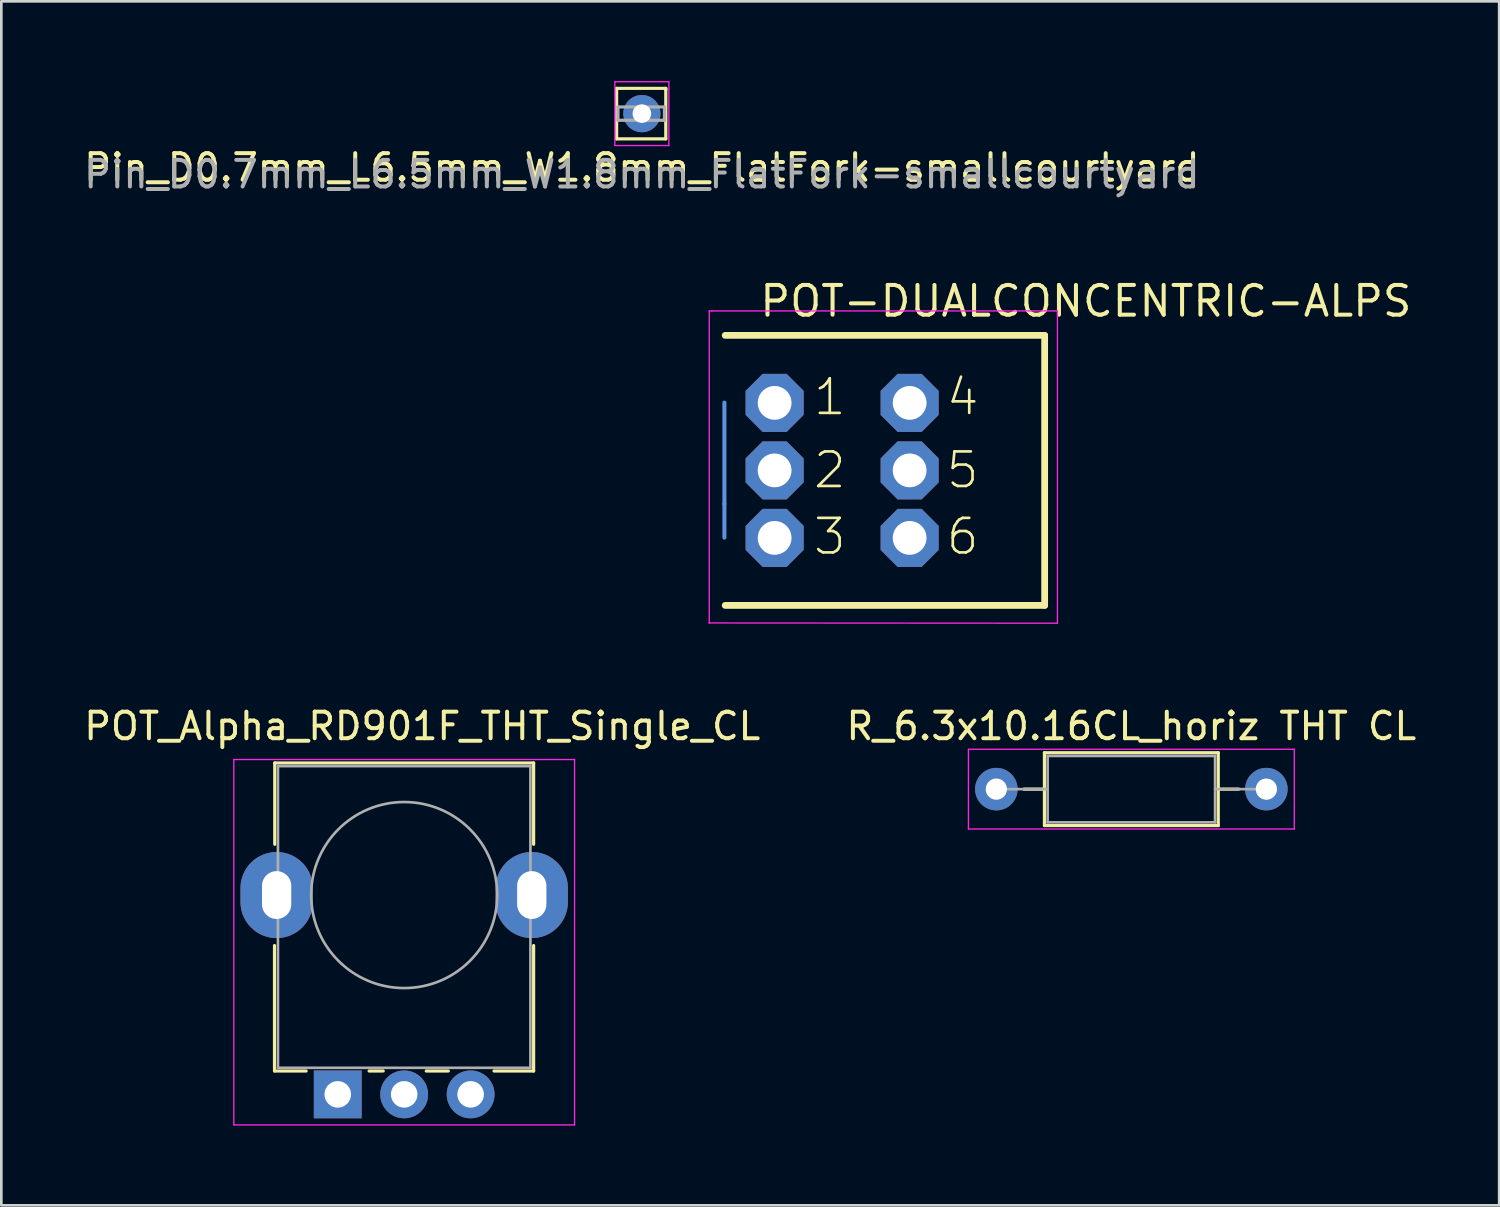
<source format=kicad_pcb>
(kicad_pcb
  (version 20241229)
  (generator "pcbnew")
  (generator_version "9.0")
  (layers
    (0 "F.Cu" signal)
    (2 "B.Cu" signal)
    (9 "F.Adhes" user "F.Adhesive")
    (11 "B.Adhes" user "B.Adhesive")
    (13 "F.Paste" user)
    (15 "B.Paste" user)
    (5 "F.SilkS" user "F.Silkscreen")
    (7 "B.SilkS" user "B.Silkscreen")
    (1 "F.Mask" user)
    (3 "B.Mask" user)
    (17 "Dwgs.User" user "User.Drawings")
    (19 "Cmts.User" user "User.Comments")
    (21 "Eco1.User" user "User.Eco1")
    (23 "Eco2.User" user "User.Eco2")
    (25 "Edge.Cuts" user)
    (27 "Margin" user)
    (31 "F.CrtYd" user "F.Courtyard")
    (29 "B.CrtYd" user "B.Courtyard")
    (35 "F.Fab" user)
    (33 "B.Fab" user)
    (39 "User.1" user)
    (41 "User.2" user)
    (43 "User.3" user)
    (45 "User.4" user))
  (footprint "R_6.3x10.16CL_horiz THT CL"
    (layer "F.Cu")
    (at 34.438 26.642)
    (property "Reference" "R_6.3x10.16CL_horiz THT CL" (at 5.08 -2.37 0) (layer "F.SilkS") (effects (font (size 1 1) (thickness 0.15))))
    (attr through_hole)
    (fp_line (start 1.04 0) (end 1.81 0) (stroke (width 0.12) (type solid)) (layer "F.SilkS"))
    (fp_line (start 1.81 -1.37) (end 1.81 1.37) (stroke (width 0.12) (type solid)) (layer "F.SilkS"))
    (fp_line (start 1.81 1.37) (end 8.35 1.37) (stroke (width 0.12) (type solid)) (layer "F.SilkS"))
    (fp_line (start 8.35 -1.37) (end 1.81 -1.37) (stroke (width 0.12) (type solid)) (layer "F.SilkS"))
    (fp_line (start 8.35 1.37) (end 8.35 -1.37) (stroke (width 0.12) (type solid)) (layer "F.SilkS"))
    (fp_line (start 9.12 0) (end 8.35 0) (stroke (width 0.12) (type solid)) (layer "F.SilkS"))
    (fp_line (start -1.05 -1.5) (end -1.05 1.5) (stroke (width 0.05) (type solid)) (layer "F.CrtYd"))
    (fp_line (start -1.05 1.5) (end 11.21 1.5) (stroke (width 0.05) (type solid)) (layer "F.CrtYd"))
    (fp_line (start 11.21 -1.5) (end -1.05 -1.5) (stroke (width 0.05) (type solid)) (layer "F.CrtYd"))
    (fp_line (start 11.21 1.5) (end 11.21 -1.5) (stroke (width 0.05) (type solid)) (layer "F.CrtYd"))
    (fp_line (start 0 0) (end 1.93 0) (stroke (width 0.1) (type solid)) (layer "F.Fab"))
    (fp_line (start 1.93 -1.25) (end 1.93 1.25) (stroke (width 0.1) (type solid)) (layer "F.Fab"))
    (fp_line (start 1.93 1.25) (end 8.23 1.25) (stroke (width 0.1) (type solid)) (layer "F.Fab"))
    (fp_line (start 8.23 -1.25) (end 1.93 -1.25) (stroke (width 0.1) (type solid)) (layer "F.Fab"))
    (fp_line (start 8.23 1.25) (end 8.23 -1.25) (stroke (width 0.1) (type solid)) (layer "F.Fab"))
    (fp_line (start 10.16 0) (end 8.23 0) (stroke (width 0.1) (type solid)) (layer "F.Fab"))
    (pad "1" thru_hole circle (at 0 0) (size 1.6 1.6) (drill 0.8) (layers "*.Cu" "*.Mask"))
    (pad "2" thru_hole oval (at 10.16 0) (size 1.6 1.6) (drill 0.8) (layers "*.Cu" "*.Mask")))
  (footprint "POT_Alpha_RD901F_THT_Single_CL"
    (layer "F.Cu")
    (at 12.158 30.627)
    (property "Reference" "POT_Alpha_RD901F_THT_Single_CL" (at 0.681 -6.355 0) (layer "F.SilkS") (effects (font (size 1 1) (thickness 0.15))))
    (attr through_hole)
    (fp_line (start -4.88 6.62) (end -4.88 1.9) (stroke (width 0.12) (type solid)) (layer "F.SilkS"))
    (fp_line (start -4.87 -1.91) (end -4.87 -4.97) (stroke (width 0.12) (type solid)) (layer "F.SilkS"))
    (fp_line (start -3.69 6.62) (end -4.87 6.62) (stroke (width 0.12) (type solid)) (layer "F.SilkS"))
    (fp_line (start -0.79 6.62) (end -1.32 6.62) (stroke (width 0.12) (type solid)) (layer "F.SilkS"))
    (fp_line (start 1.66 6.62) (end 0.83 6.62) (stroke (width 0.12) (type solid)) (layer "F.SilkS"))
    (fp_line (start 4.87 -4.97) (end -4.87 -4.97) (stroke (width 0.12) (type solid)) (layer "F.SilkS"))
    (fp_line (start 4.87 -1.91) (end 4.87 -4.97) (stroke (width 0.12) (type solid)) (layer "F.SilkS"))
    (fp_line (start 4.87 6.62) (end 3.38 6.62) (stroke (width 0.12) (type solid)) (layer "F.SilkS"))
    (fp_line (start 4.87 6.62) (end 4.87 1.9) (stroke (width 0.12) (type solid)) (layer "F.SilkS"))
    (fp_line (start -6.41 -5.1) (end -6.41 8.65) (stroke (width 0.05) (type solid)) (layer "F.CrtYd"))
    (fp_line (start -6.41 8.65) (end 6.41 8.65) (stroke (width 0.05) (type solid)) (layer "F.CrtYd"))
    (fp_line (start 6.41 -5.1) (end -6.41 -5.1) (stroke (width 0.05) (type solid)) (layer "F.CrtYd"))
    (fp_line (start 6.41 8.65) (end 6.41 -5.1) (stroke (width 0.05) (type solid)) (layer "F.CrtYd"))
    (fp_line (start -4.75 6.5) (end -4.75 -4.85) (stroke (width 0.1) (type solid)) (layer "F.Fab"))
    (fp_line (start 4.75 -4.85) (end -4.75 -4.85) (stroke (width 0.1) (type solid)) (layer "F.Fab"))
    (fp_line (start 4.75 6.5) (end -4.75 6.5) (stroke (width 0.1) (type solid)) (layer "F.Fab"))
    (fp_line (start 4.75 6.5) (end 4.75 -4.85) (stroke (width 0.1) (type solid)) (layer "F.Fab"))
    (fp_circle (center 0 0) (end -3.5 0) (stroke (width 0.1) (type solid)) (fill no) (layer "F.Fab"))
    (pad "" thru_hole oval (at -4.8 0 180) (size 2.72 3.24) (drill oval 1.1 1.8) (layers "*.Cu" "*.Mask"))
    (pad "" thru_hole oval (at 4.8 0 180) (size 2.72 3.24) (drill oval 1.1 1.8) (layers "*.Cu" "*.Mask"))
    (pad "1" thru_hole rect (at -2.5 7.5 180) (size 1.8 1.8) (drill 1) (layers "*.Cu" "*.Mask"))
    (pad "2" thru_hole circle (at 0 7.5 180) (size 1.8 1.8) (drill 1) (layers "*.Cu" "*.Mask"))
    (pad "3" thru_hole circle (at 2.5 7.5 180) (size 1.8 1.8) (drill 1) (layers "*.Cu" "*.Mask")))
  (footprint "Pin_D0.7mm_L6.5mm_W1.8mm_FlatFork-smallcourtyard"
    (layer "F.Cu")
    (at 21.101 1.225)
    (property "Reference" "Pin_D0.7mm_L6.5mm_W1.8mm_FlatFork-smallcourtyard" (at 0 2.032 0) (layer "F.SilkS") (effects (font (size 1 1) (thickness 0.15))))
    (attr through_hole)
    (fp_line (start -0.95 -0.95) (end -0.95 0.95) (stroke (width 0.12) (type solid)) (layer "F.SilkS"))
    (fp_line (start -0.95 0.95) (end 0.9 0.95) (stroke (width 0.12) (type solid)) (layer "F.SilkS"))
    (fp_line (start 0.9 -0.95) (end -0.95 -0.95) (stroke (width 0.12) (type solid)) (layer "F.SilkS"))
    (fp_line (start 0.9 -0.9) (end 0.9 -0.95) (stroke (width 0.12) (type solid)) (layer "F.SilkS"))
    (fp_line (start 0.9 0.95) (end 0.9 -0.9) (stroke (width 0.12) (type solid)) (layer "F.SilkS"))
    (fp_line (start -1.016 -1.2) (end -1.016 1.2) (stroke (width 0.05) (type solid)) (layer "F.CrtYd"))
    (fp_line (start -1.016 -1.2) (end 1.016 -1.2) (stroke (width 0.05) (type solid)) (layer "F.CrtYd"))
    (fp_line (start 1.016 1.2) (end -1.016 1.2) (stroke (width 0.05) (type solid)) (layer "F.CrtYd"))
    (fp_line (start 1.016 1.2) (end 1.016 -1.2) (stroke (width 0.05) (type solid)) (layer "F.CrtYd"))
    (fp_line (start -0.9 -0.25) (end 0.85 -0.25) (stroke (width 0.12) (type solid)) (layer "F.Fab"))
    (fp_line (start -0.9 0.25) (end -0.9 -0.25) (stroke (width 0.12) (type solid)) (layer "F.Fab"))
    (fp_line (start 0.85 -0.25) (end 0.85 0.25) (stroke (width 0.12) (type solid)) (layer "F.Fab"))
    (fp_line (start 0.85 0.25) (end -0.9 0.25) (stroke (width 0.12) (type solid)) (layer "F.Fab"))
    (fp_text user "${REFERENCE}" (at 0 2.286 0) (layer "F.Fab") (effects (font (size 1 1) (thickness 0.15))))
    (pad "1" thru_hole circle (at 0 0) (size 1.4 1.4) (drill 0.7) (layers "*.Cu" "*.Mask")))
  (footprint "POT-DUALCONCENTRIC-ALPS"
    (layer "F.Cu")
    (at 34.986 14.649)
    (property "Reference" "POT-DUALCONCENTRIC-ALPS" (at -9.525 -5.715 0) (unlocked yes) (layer "F.SilkS") (effects (font (size 1.118 1.118) (thickness 0.152)) (justify left bottom)))
    (fp_line (start -10.75 -5.08) (end 1.27 -5.08) (stroke (width 0.254) (type solid)) (layer "F.SilkS"))
    (fp_line (start 1.27 -5.08) (end 1.27 5.08) (stroke (width 0.254) (type solid)) (layer "F.SilkS"))
    (fp_line (start 1.27 5.08) (end -10.75 5.08) (stroke (width 0.254) (type solid)) (layer "F.SilkS"))
    (fp_line (start -10.78 1.26) (end -10.78 -2.55) (stroke (width 0.152) (type solid)) (layer "Cmts.User"))
    (fp_line (start -10.78 2.53) (end -10.78 1.26) (stroke (width 0.152) (type solid)) (layer "Cmts.User"))
    (fp_line (start -11.35 -6) (end -11.35 5.74) (stroke (width 0.05) (type default)) (layer "F.CrtYd"))
    (fp_line (start -11.35 5.74) (end -11.35 5.74) (stroke (width 0.05) (type default)) (layer "F.CrtYd"))
    (fp_line (start -11.25 -6) (end -11.35 -6) (stroke (width 0.05) (type default)) (layer "F.CrtYd"))
    (fp_line (start -11.25 -6) (end 1.75 -6) (stroke (width 0.05) (type default)) (layer "F.CrtYd"))
    (fp_line (start 1.75 -6) (end 1.75 5.75) (stroke (width 0.05) (type default)) (layer "F.CrtYd"))
    (fp_line (start 1.75 5.75) (end -11.35 5.74) (stroke (width 0.05) (type default)) (layer "F.CrtYd"))
    (fp_line (start -34.91 -1.28) (end -34.91 1.26) (stroke (width 0.152) (type solid)) (layer "User.1"))
    (fp_line (start -34.91 1.26) (end -10.78 1.26) (stroke (width 0.152) (type solid)) (layer "User.1"))
    (fp_line (start -15.86 -2.55) (end -15.86 2.53) (stroke (width 0.152) (type solid)) (layer "User.1"))
    (fp_line (start -15.86 2.53) (end -12.05 2.53) (stroke (width 0.152) (type solid)) (layer "User.1"))
    (fp_line (start -12.05 -2.55) (end -15.86 -2.55) (stroke (width 0.152) (type solid)) (layer "User.1"))
    (fp_line (start -12.05 -2.55) (end -12.05 2.53) (stroke (width 0.152) (type solid)) (layer "User.1"))
    (fp_line (start -12.05 2.53) (end -10.78 2.53) (stroke (width 0.152) (type solid)) (layer "User.1"))
    (fp_line (start -10.8 -2.5) (end -10.8 -5.04) (stroke (width 0.254) (type solid)) (layer "User.1"))
    (fp_line (start -10.8 5) (end -10.8 -2.62) (stroke (width 0.254) (type solid)) (layer "User.1"))
    (fp_line (start -10.78 -2.55) (end -12.05 -2.55) (stroke (width 0.152) (type solid)) (layer "User.1"))
    (fp_line (start -10.78 -2.55) (end -10.78 2.53) (stroke (width 0.152) (type solid)) (layer "User.1"))
    (fp_line (start -10.78 -1.28) (end -34.91 -1.28) (stroke (width 0.152) (type solid)) (layer "User.1"))
    (fp_text user "5" (at -2.5 0.75 0) (unlocked yes) (layer "F.SilkS") (effects (font (size 1.3 1.3) (thickness 0.1)) (justify left bottom)))
    (fp_text user "4" (at -2.5 -2 0) (unlocked yes) (layer "F.SilkS") (effects (font (size 1.3 1.3) (thickness 0.1)) (justify left bottom)))
    (fp_text user "1" (at -7.5 -2 0) (unlocked yes) (layer "F.SilkS") (effects (font (size 1.3 1.3) (thickness 0.1)) (justify left bottom)))
    (fp_text user "2" (at -7.5 0.75 0) (unlocked yes) (layer "F.SilkS") (effects (font (size 1.3 1.3) (thickness 0.1)) (justify left bottom)))
    (fp_text user "6" (at -2.5 3.25 0) (unlocked yes) (layer "F.SilkS") (effects (font (size 1.3 1.3) (thickness 0.1)) (justify left bottom)))
    (fp_text user "3" (at -7.5 3.25 0) (unlocked yes) (layer "F.SilkS") (effects (font (size 1.3 1.3) (thickness 0.1)) (justify left bottom)))
    (pad "1" thru_hole roundrect (at -8.89 -2.54) (size 2.184 2.184) (drill 1.27) (layers "*.Cu" "*.Mask") (roundrect_rratio 0.25) (chamfer_ratio 0.293) (chamfer top_left top_right bottom_left bottom_right))
    (pad "2" thru_hole roundrect (at -8.89 0) (size 2.184 2.184) (drill 1.27) (layers "*.Cu" "*.Mask") (roundrect_rratio 0.25) (chamfer_ratio 0.293) (chamfer top_left top_right bottom_left bottom_right))
    (pad "3" thru_hole roundrect (at -8.89 2.54) (size 2.184 2.184) (drill 1.27) (layers "*.Cu" "*.Mask") (roundrect_rratio 0.25) (chamfer_ratio 0.293) (chamfer top_left top_right bottom_left bottom_right))
    (pad "4" thru_hole roundrect (at -3.81 -2.54) (size 2.184 2.184) (drill 1.27) (layers "*.Cu" "*.Mask") (roundrect_rratio 0.25) (chamfer_ratio 0.293) (chamfer top_left top_right bottom_left bottom_right))
    (pad "5" thru_hole roundrect (at -3.81 0) (size 2.184 2.184) (drill 1.27) (layers "*.Cu" "*.Mask") (roundrect_rratio 0.25) (chamfer_ratio 0.293) (chamfer top_left top_right bottom_left bottom_right))
    (pad "6" thru_hole roundrect (at -3.81 2.54) (size 2.184 2.184) (drill 1.27) (layers "*.Cu" "*.Mask") (roundrect_rratio 0.25) (chamfer_ratio 0.293) (chamfer top_left top_right bottom_left bottom_right)))
  (gr_rect
    (start -3 -3)
    (end 53.357 42.302)
    (stroke (width 0.1) (type default))
    (fill no)
    (layer "Edge.Cuts")))
</source>
